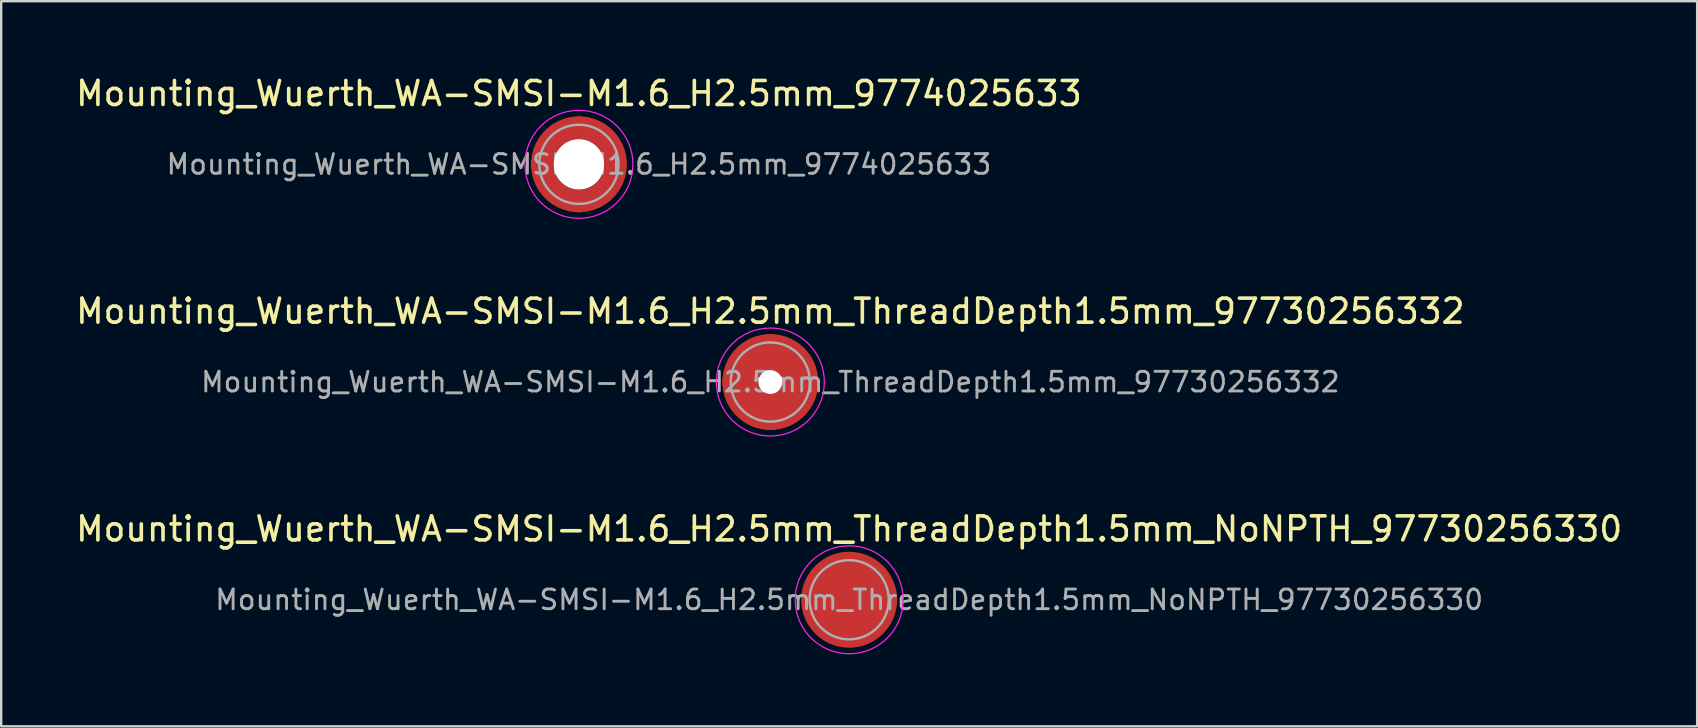
<source format=kicad_pcb>
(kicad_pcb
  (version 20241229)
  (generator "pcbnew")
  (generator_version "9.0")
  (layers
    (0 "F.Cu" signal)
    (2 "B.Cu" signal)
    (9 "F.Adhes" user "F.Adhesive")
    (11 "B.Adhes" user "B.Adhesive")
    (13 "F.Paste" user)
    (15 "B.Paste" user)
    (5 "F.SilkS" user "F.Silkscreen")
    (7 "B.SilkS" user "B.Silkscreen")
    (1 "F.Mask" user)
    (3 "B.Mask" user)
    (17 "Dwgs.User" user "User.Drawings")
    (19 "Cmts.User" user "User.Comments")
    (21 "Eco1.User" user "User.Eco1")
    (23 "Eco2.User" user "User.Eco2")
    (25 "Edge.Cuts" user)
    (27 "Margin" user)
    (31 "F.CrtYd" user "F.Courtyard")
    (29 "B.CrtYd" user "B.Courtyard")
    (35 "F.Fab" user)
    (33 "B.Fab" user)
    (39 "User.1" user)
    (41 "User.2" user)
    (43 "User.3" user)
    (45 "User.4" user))
  (footprint "Mounting_Wuerth_WA-SMSI-M1.6_H2.5mm_9774025633"
    (layer "F.Cu")
    (at 21.077 3.798)
    (property "Reference" "Mounting_Wuerth_WA-SMSI-M1.6_H2.5mm_9774025633" (at 0 -2.95 0) (layer "F.SilkS") (effects (font (size 1 1) (thickness 0.15))))
    (attr smd)
    (fp_circle (center 0 0) (end 2.25 0) (stroke (width 0.05) (type solid)) (fill no) (layer "F.CrtYd"))
    (fp_circle (center 0 0) (end 1.65 0) (stroke (width 0.1) (type solid)) (fill no) (layer "F.Fab"))
    (fp_text user "${REFERENCE}" (at 0 0 0) (layer "F.Fab") (effects (font (size 0.82 0.82) (thickness 0.12))))
    (pad "" smd custom (at -1.061 -1.061) (size 0.8 0.8) (layers "F.Paste") (options (anchor circle)) (primitives (gr_arc (start -0.176272 0.66066) (mid 0.141421 0.141421) (end 0.66066 -0.176272) (width 0.4)) (gr_arc (start -0.385023 0.66066) (mid 0 0) (end 0.66066 -0.385023) (width 0.4)) (gr_arc (start -0.591611 0.66066) (mid -0.141421 -0.141421) (end 0.66066 -0.591611) (width 0.4)) (gr_line (start 0.661 -0.176) (end 0.661 -0.592) (width 0.4)) (gr_line (start -0.176 0.661) (end -0.592 0.661) (width 0.4))))
    (pad "" smd custom (at -1.061 1.061) (size 0.8 0.8) (layers "F.Paste") (options (anchor circle)) (primitives (gr_arc (start 0.66066 0.176272) (mid 0.141421 -0.141421) (end -0.176272 -0.66066) (width 0.4)) (gr_arc (start 0.66066 0.385023) (mid 0 0) (end -0.385023 -0.66066) (width 0.4)) (gr_arc (start 0.66066 0.591611) (mid -0.141421 0.141421) (end -0.591611 -0.66066) (width 0.4)) (gr_line (start -0.176 -0.661) (end -0.592 -0.661) (width 0.4)) (gr_line (start 0.661 0.176) (end 0.661 0.592) (width 0.4))))
    (pad "" np_thru_hole circle (at 0 0) (size 2.1 2.1) (drill 2.1) (layers "*.Cu" "*.Mask"))
    (pad "" smd custom (at 1.061 -1.061) (size 0.8 0.8) (layers "F.Paste") (options (anchor circle)) (primitives (gr_arc (start -0.66066 -0.176272) (mid -0.141421 0.141421) (end 0.176272 0.66066) (width 0.4)) (gr_arc (start -0.66066 -0.385023) (mid 0 0) (end 0.385023 0.66066) (width 0.4)) (gr_arc (start -0.66066 -0.591611) (mid 0.141421 -0.141421) (end 0.591611 0.66066) (width 0.4)) (gr_line (start 0.176 0.661) (end 0.592 0.661) (width 0.4)) (gr_line (start -0.661 -0.176) (end -0.661 -0.592) (width 0.4))))
    (pad "" smd custom (at 1.061 1.061) (size 0.8 0.8) (layers "F.Paste") (options (anchor circle)) (primitives (gr_arc (start 0.176272 -0.66066) (mid -0.141421 -0.141421) (end -0.66066 0.176272) (width 0.4)) (gr_arc (start 0.385023 -0.66066) (mid 0 0) (end -0.66066 0.385023) (width 0.4)) (gr_arc (start 0.591611 -0.66066) (mid 0.141421 0.141421) (end -0.66066 0.591611) (width 0.4)) (gr_line (start -0.661 0.176) (end -0.661 0.592) (width 0.4)) (gr_line (start 0.176 -0.661) (end 0.592 -0.661) (width 0.4))))
    (pad "1" smd circle (at -1.525 0) (size 0.95 0.95) (layers "F.Cu"))
    (pad "1" smd circle (at 0 -1.525) (size 0.95 0.95) (layers "F.Cu"))
    (pad "1" smd circle (at 0 1.525) (size 0.95 0.95) (layers "F.Cu"))
    (pad "1" smd custom (at 1.525 0) (size 0.95 0.95) (layers "F.Cu" "F.Mask") (options (anchor circle)) (primitives (gr_circle (center -1.525 0) (end 0 0) (width 0.95) (fill no)))))
  (footprint "Mounting_Wuerth_WA-SMSI-M1.6_H2.5mm_ThreadDepth1.5mm_NoNPTH_97730256330"
    (layer "F.Cu")
    (at 32.339 21.945)
    (property "Reference" "Mounting_Wuerth_WA-SMSI-M1.6_H2.5mm_ThreadDepth1.5mm_NoNPTH_97730256330" (at 0 -2.95 0) (layer "F.SilkS") (effects (font (size 1 1) (thickness 0.15))))
    (attr smd)
    (fp_circle (center 0 0) (end 2.25 0) (stroke (width 0.05) (type solid)) (fill no) (layer "F.CrtYd"))
    (fp_circle (center 0 0) (end 1.65 0) (stroke (width 0.1) (type solid)) (fill no) (layer "F.Fab"))
    (fp_text user "${REFERENCE}" (at 0 0 0) (layer "F.Fab") (effects (font (size 0.82 0.82) (thickness 0.12))))
    (pad "" smd custom (at -0.778 -0.778) (size 0.8 0.8) (layers "F.Paste") (options (anchor circle)) (primitives (gr_arc (start 0.465568 0.527817) (mid 0.494975 0.494974) (end 0.527818 0.465567) (width 0.2)) (gr_arc (start 0.344805 0.527817) (mid 0.424264 0.424264) (end 0.527818 0.344805) (width 0.2)) (gr_arc (start 0.232382 0.527817) (mid 0.353553 0.353553) (end 0.527817 0.232382) (width 0.2)) (gr_arc (start 0.123983 0.527817) (mid 0.282843 0.282842) (end 0.527818 0.123983) (width 0.2)) (gr_arc (start 0.017883 0.527817) (mid 0.212132 0.212132) (end 0.527817 0.017883) (width 0.2)) (gr_arc (start -0.086763 0.527817) (mid 0.141421 0.141421) (end 0.527817 -0.086763) (width 0.2)) (gr_arc (start -0.190428 0.527817) (mid 0.070711 0.070711) (end 0.527817 -0.190428) (width 0.2)) (gr_arc (start -0.293397 0.527817) (mid 0 0) (end 0.527817 -0.293397) (width 0.2)) (gr_arc (start -0.395852 0.527817) (mid -0.070711 -0.070711) (end 0.527817 -0.395852) (width 0.2)) (gr_arc (start -0.497918 0.527817) (mid -0.141422 -0.141422) (end 0.527817 -0.497918) (width 0.2)) (gr_arc (start -0.59968 0.527817) (mid -0.212132 -0.212132) (end 0.527817 -0.59968) (width 0.2)) (gr_arc (start -0.701202 0.527817) (mid -0.282843 -0.282843) (end 0.527817 -0.701202) (width 0.2)) (gr_arc (start -0.802531 0.527817) (mid -0.353554 -0.353554) (end 0.527817 -0.802531) (width 0.2)) (gr_arc (start -0.9037 0.527817) (mid -0.424264 -0.424264) (end 0.527817 -0.9037) (width 0.2)) (gr_arc (start -1.004737 0.527817) (mid -0.494975 -0.494975) (end 0.527817 -1.004737) (width 0.2)) (gr_line (start 0.528 0.466) (end 0.528 -1.005) (width 0.2)) (gr_line (start 0.466 0.528) (end -1.005 0.528) (width 0.2))))
    (pad "" smd custom (at -0.778 0.778) (size 0.8 0.8) (layers "F.Paste") (options (anchor circle)) (primitives (gr_arc (start 0.527817 -0.465568) (mid 0.494974 -0.494975) (end 0.465567 -0.527818) (width 0.2)) (gr_arc (start 0.527817 -0.344805) (mid 0.424264 -0.424264) (end 0.344805 -0.527818) (width 0.2)) (gr_arc (start 0.527817 -0.232382) (mid 0.353553 -0.353553) (end 0.232382 -0.527817) (width 0.2)) (gr_arc (start 0.527817 -0.123983) (mid 0.282842 -0.282843) (end 0.123983 -0.527818) (width 0.2)) (gr_arc (start 0.527817 -0.017883) (mid 0.212132 -0.212132) (end 0.017883 -0.527817) (width 0.2)) (gr_arc (start 0.527817 0.086763) (mid 0.141421 -0.141421) (end -0.086763 -0.527817) (width 0.2)) (gr_arc (start 0.527817 0.190428) (mid 0.070711 -0.070711) (end -0.190428 -0.527817) (width 0.2)) (gr_arc (start 0.527817 0.293397) (mid 0 0) (end -0.293397 -0.527817) (width 0.2)) (gr_arc (start 0.527817 0.395852) (mid -0.070711 0.070711) (end -0.395852 -0.527817) (width 0.2)) (gr_arc (start 0.527817 0.497918) (mid -0.141422 0.141422) (end -0.497918 -0.527817) (width 0.2)) (gr_arc (start 0.527817 0.59968) (mid -0.212132 0.212132) (end -0.59968 -0.527817) (width 0.2)) (gr_arc (start 0.527817 0.701202) (mid -0.282843 0.282843) (end -0.701202 -0.527817) (width 0.2)) (gr_arc (start 0.527817 0.802531) (mid -0.353554 0.353554) (end -0.802531 -0.527817) (width 0.2)) (gr_arc (start 0.527817 0.9037) (mid -0.424264 0.424264) (end -0.9037 -0.527817) (width 0.2)) (gr_arc (start 0.527817 1.004737) (mid -0.494975 0.494975) (end -1.004737 -0.527817) (width 0.2)) (gr_line (start 0.466 -0.528) (end -1.005 -0.528) (width 0.2)) (gr_line (start 0.528 -0.466) (end 0.528 1.005) (width 0.2))))
    (pad "" smd custom (at 0.778 -0.778) (size 0.8 0.8) (layers "F.Paste") (options (anchor circle)) (primitives (gr_arc (start -0.527817 0.465568) (mid -0.494974 0.494975) (end -0.465567 0.527818) (width 0.2)) (gr_arc (start -0.527817 0.344805) (mid -0.424264 0.424264) (end -0.344805 0.527818) (width 0.2)) (gr_arc (start -0.527817 0.232382) (mid -0.353553 0.353553) (end -0.232382 0.527817) (width 0.2)) (gr_arc (start -0.527817 0.123983) (mid -0.282842 0.282843) (end -0.123983 0.527818) (width 0.2)) (gr_arc (start -0.527817 0.017883) (mid -0.212132 0.212132) (end -0.017883 0.527817) (width 0.2)) (gr_arc (start -0.527817 -0.086763) (mid -0.141421 0.141421) (end 0.086763 0.527817) (width 0.2)) (gr_arc (start -0.527817 -0.190428) (mid -0.070711 0.070711) (end 0.190428 0.527817) (width 0.2)) (gr_arc (start -0.527817 -0.293397) (mid 0 0) (end 0.293397 0.527817) (width 0.2)) (gr_arc (start -0.527817 -0.395852) (mid 0.070711 -0.070711) (end 0.395852 0.527817) (width 0.2)) (gr_arc (start -0.527817 -0.497918) (mid 0.141422 -0.141422) (end 0.497918 0.527817) (width 0.2)) (gr_arc (start -0.527817 -0.59968) (mid 0.212132 -0.212132) (end 0.59968 0.527817) (width 0.2)) (gr_arc (start -0.527817 -0.701202) (mid 0.282843 -0.282843) (end 0.701202 0.527817) (width 0.2)) (gr_arc (start -0.527817 -0.802531) (mid 0.353554 -0.353554) (end 0.802531 0.527817) (width 0.2)) (gr_arc (start -0.527817 -0.9037) (mid 0.424264 -0.424264) (end 0.9037 0.527817) (width 0.2)) (gr_arc (start -0.527817 -1.004737) (mid 0.494975 -0.494975) (end 1.004737 0.527817) (width 0.2)) (gr_line (start -0.466 0.528) (end 1.005 0.528) (width 0.2)) (gr_line (start -0.528 0.466) (end -0.528 -1.005) (width 0.2))))
    (pad "" smd custom (at 0.778 0.778) (size 0.8 0.8) (layers "F.Paste") (options (anchor circle)) (primitives (gr_arc (start -0.465568 -0.527817) (mid -0.494975 -0.494974) (end -0.527818 -0.465567) (width 0.2)) (gr_arc (start -0.344805 -0.527817) (mid -0.424264 -0.424264) (end -0.527818 -0.344805) (width 0.2)) (gr_arc (start -0.232382 -0.527817) (mid -0.353553 -0.353553) (end -0.527817 -0.232382) (width 0.2)) (gr_arc (start -0.123983 -0.527817) (mid -0.282843 -0.282842) (end -0.527818 -0.123983) (width 0.2)) (gr_arc (start -0.017883 -0.527817) (mid -0.212132 -0.212132) (end -0.527817 -0.017883) (width 0.2)) (gr_arc (start 0.086763 -0.527817) (mid -0.141421 -0.141421) (end -0.527817 0.086763) (width 0.2)) (gr_arc (start 0.190428 -0.527817) (mid -0.070711 -0.070711) (end -0.527817 0.190428) (width 0.2)) (gr_arc (start 0.293397 -0.527817) (mid 0 0) (end -0.527817 0.293397) (width 0.2)) (gr_arc (start 0.395852 -0.527817) (mid 0.070711 0.070711) (end -0.527817 0.395852) (width 0.2)) (gr_arc (start 0.497918 -0.527817) (mid 0.141422 0.141422) (end -0.527817 0.497918) (width 0.2)) (gr_arc (start 0.59968 -0.527817) (mid 0.212132 0.212132) (end -0.527817 0.59968) (width 0.2)) (gr_arc (start 0.701202 -0.527817) (mid 0.282843 0.282843) (end -0.527817 0.701202) (width 0.2)) (gr_arc (start 0.802531 -0.527817) (mid 0.353554 0.353554) (end -0.527817 0.802531) (width 0.2)) (gr_arc (start 0.9037 -0.527817) (mid 0.424264 0.424264) (end -0.527817 0.9037) (width 0.2)) (gr_arc (start 1.004737 -0.527817) (mid 0.494975 0.494975) (end -0.527817 1.004737) (width 0.2)) (gr_line (start -0.528 -0.466) (end -0.528 1.005) (width 0.2)) (gr_line (start -0.466 -0.528) (end 1.005 -0.528) (width 0.2))))
    (pad "1" smd circle (at 0 0) (size 4 4) (layers "F.Cu" "F.Mask")))
  (footprint "Mounting_Wuerth_WA-SMSI-M1.6_H2.5mm_ThreadDepth1.5mm_97730256332"
    (layer "F.Cu")
    (at 29.054 12.871)
    (property "Reference" "Mounting_Wuerth_WA-SMSI-M1.6_H2.5mm_ThreadDepth1.5mm_97730256332" (at 0 -2.95 0) (layer "F.SilkS") (effects (font (size 1 1) (thickness 0.15))))
    (attr smd)
    (fp_circle (center 0 0) (end 2.25 0) (stroke (width 0.05) (type solid)) (fill no) (layer "F.CrtYd"))
    (fp_circle (center 0 0) (end 1.65 0) (stroke (width 0.1) (type solid)) (fill no) (layer "F.Fab"))
    (fp_text user "${REFERENCE}" (at 0 0 0) (layer "F.Fab") (effects (font (size 0.82 0.82) (thickness 0.12))))
    (pad "" smd custom (at 0 -1.25) (size 1.3 1.3) (layers "F.Paste") (options (anchor circle)) (primitives (gr_arc (start -0.3 0.375) (mid 0 0.325) (end 0.3 0.375) (width 0.65)) (gr_arc (start -0.892679 0.375) (mid 0 0) (end 0.892679 0.375) (width 0.65)) (gr_arc (start -1.30958 0.375) (mid 0 -0.325) (end 1.30958 0.375) (width 0.65)) (gr_line (start 0.3 0.375) (end 1.31 0.375) (width 0.65)) (gr_line (start -0.3 0.375) (end -1.31 0.375) (width 0.65))))
    (pad "" np_thru_hole circle (at 0 0) (size 1 1) (drill 1) (layers "*.Cu" "*.Mask"))
    (pad "" smd custom (at 0 1.25) (size 1.3 1.3) (layers "F.Paste") (options (anchor circle)) (primitives (gr_arc (start 0.3 -0.375) (mid 0 -0.325) (end -0.3 -0.375) (width 0.65)) (gr_arc (start 0.892679 -0.375) (mid 0 0) (end -0.892679 -0.375) (width 0.65)) (gr_arc (start 1.30958 -0.375) (mid 0 0.325) (end -1.30958 -0.375) (width 0.65)) (gr_line (start -0.3 -0.375) (end -1.31 -0.375) (width 0.65)) (gr_line (start 0.3 -0.375) (end 1.31 -0.375) (width 0.65))))
    (pad "1" smd circle (at -1.25 0) (size 1.5 1.5) (layers "F.Cu"))
    (pad "1" smd circle (at 0 -1.25) (size 1.5 1.5) (layers "F.Cu"))
    (pad "1" smd circle (at 0 1.25) (size 1.5 1.5) (layers "F.Cu"))
    (pad "1" smd custom (at 1.25 0) (size 1.5 1.5) (layers "F.Cu" "F.Mask") (options (anchor circle)) (primitives (gr_circle (center -1.25 0) (end 0 0) (width 1.5) (fill no)))))
  (gr_rect
    (start -3 -3)
    (end 67.679 27.22)
    (stroke (width 0.1) (type default))
    (fill no)
    (layer "Edge.Cuts")))
</source>
